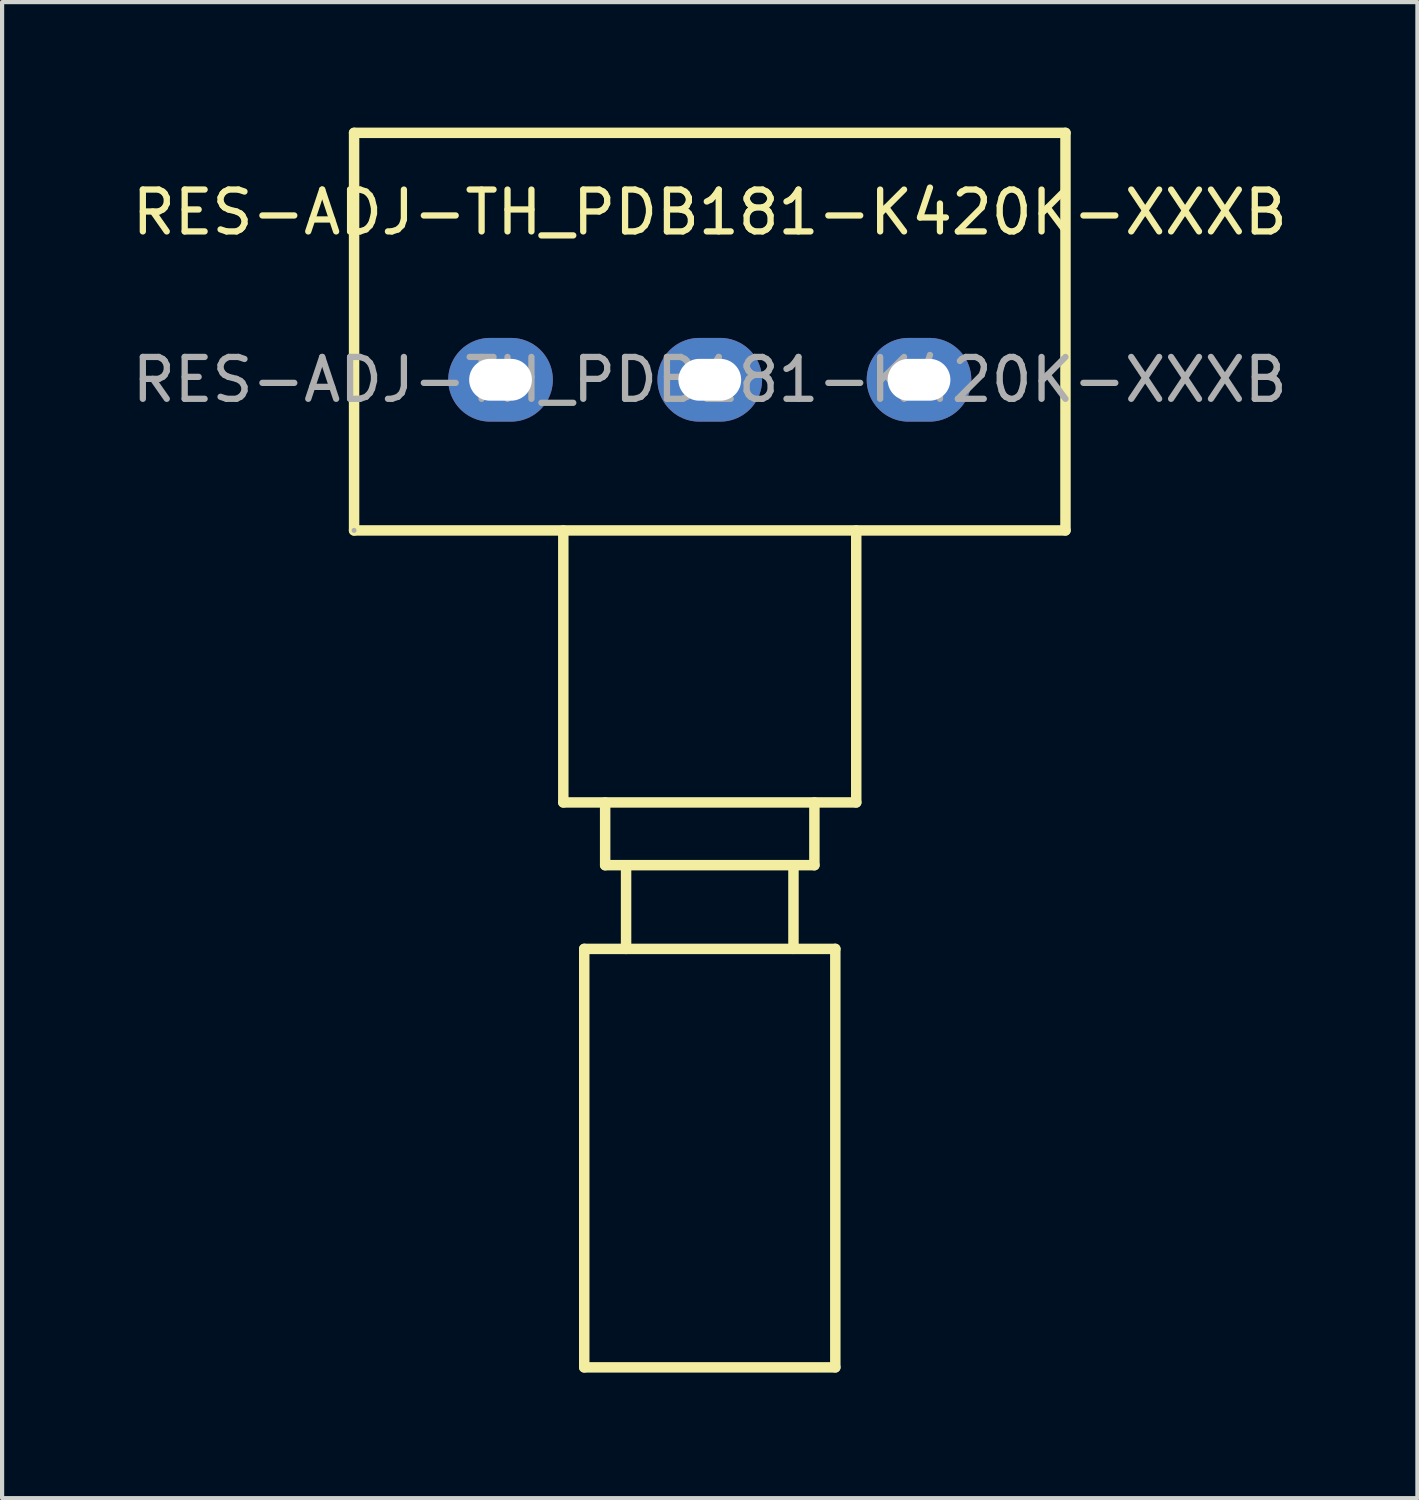
<source format=kicad_pcb>
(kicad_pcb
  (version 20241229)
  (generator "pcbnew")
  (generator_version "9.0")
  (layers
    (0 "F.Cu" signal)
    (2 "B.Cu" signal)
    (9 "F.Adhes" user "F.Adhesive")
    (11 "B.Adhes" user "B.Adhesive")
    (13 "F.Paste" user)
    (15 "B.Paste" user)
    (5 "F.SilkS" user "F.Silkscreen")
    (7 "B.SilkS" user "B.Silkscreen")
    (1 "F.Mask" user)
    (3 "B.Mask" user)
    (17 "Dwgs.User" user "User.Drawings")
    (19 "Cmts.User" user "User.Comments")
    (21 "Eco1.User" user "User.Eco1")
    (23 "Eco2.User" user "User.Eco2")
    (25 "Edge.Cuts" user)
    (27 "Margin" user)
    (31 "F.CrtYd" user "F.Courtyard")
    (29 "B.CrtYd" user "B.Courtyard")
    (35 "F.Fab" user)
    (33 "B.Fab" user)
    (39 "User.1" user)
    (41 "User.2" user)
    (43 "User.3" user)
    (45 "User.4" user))
  (footprint "RES-ADJ-TH_PDB181-K420K-XXXB"
    (layer "F.Cu")
    (at 13.911 6.025)
    (property "Reference" "RES-ADJ-TH_PDB181-K420K-XXXB" (at 0 -4 0) (layer "F.SilkS") (effects (font (size 1 1) (thickness 0.15))))
    (attr through_hole)
    (fp_line (start -8.5 -5.9) (end -8.5 3.6) (stroke (width 0.25) (type solid)) (layer "F.SilkS"))
    (fp_line (start -8.5 -5.9) (end 8.5 -5.9) (stroke (width 0.25) (type solid)) (layer "F.SilkS"))
    (fp_line (start -3.5 3.6) (end -3.5 10.1) (stroke (width 0.25) (type solid)) (layer "F.SilkS"))
    (fp_line (start -3.5 10.1) (end 3.5 10.1) (stroke (width 0.25) (type solid)) (layer "F.SilkS"))
    (fp_line (start -3 13.6) (end -2 13.6) (stroke (width 0.25) (type solid)) (layer "F.SilkS"))
    (fp_line (start -3 23.6) (end -3 13.6) (stroke (width 0.25) (type solid)) (layer "F.SilkS"))
    (fp_line (start -3 23.6) (end 3 23.6) (stroke (width 0.25) (type solid)) (layer "F.SilkS"))
    (fp_line (start -2.5 10.1) (end -2.5 11.6) (stroke (width 0.25) (type solid)) (layer "F.SilkS"))
    (fp_line (start -2.5 11.6) (end 2.5 11.6) (stroke (width 0.25) (type solid)) (layer "F.SilkS"))
    (fp_line (start -2 13.6) (end -2 11.6) (stroke (width 0.25) (type solid)) (layer "F.SilkS"))
    (fp_line (start 2 13.6) (end 2 11.6) (stroke (width 0.25) (type solid)) (layer "F.SilkS"))
    (fp_line (start 2.5 10.1) (end 2.5 11.6) (stroke (width 0.25) (type solid)) (layer "F.SilkS"))
    (fp_line (start 3 13.6) (end -2 13.6) (stroke (width 0.25) (type solid)) (layer "F.SilkS"))
    (fp_line (start 3 23.6) (end 3 13.6) (stroke (width 0.25) (type solid)) (layer "F.SilkS"))
    (fp_line (start 3.5 3.6) (end 3.5 10.1) (stroke (width 0.25) (type solid)) (layer "F.SilkS"))
    (fp_line (start 8.5 -5.9) (end 8.5 3.6) (stroke (width 0.25) (type solid)) (layer "F.SilkS"))
    (fp_line (start 8.5 3.6) (end -8.5 3.6) (stroke (width 0.25) (type solid)) (layer "F.SilkS"))
    (fp_circle (center -8.5 3.6) (end -8.47 3.6) (stroke (width 0.06) (type solid)) (fill no) (layer "F.Fab"))
    (fp_text user "${REFERENCE}" (at 0 0 0) (layer "F.Fab") (effects (font (size 1 1) (thickness 0.15))))
    (pad "1" thru_hole oval (at -5 0) (size 2.5 2) (drill oval 1.5 1) (layers "*.Cu" "*.Mask"))
    (pad "2" thru_hole oval (at 0 0) (size 2.5 2) (drill oval 1.5 1) (layers "*.Cu" "*.Mask"))
    (pad "3" thru_hole oval (at 5 0) (size 2.5 2) (drill oval 1.5 1) (layers "*.Cu" "*.Mask")))
  (gr_rect
    (start -3 -3)
    (end 30.821 32.75)
    (stroke (width 0.1) (type default))
    (fill no)
    (layer "Edge.Cuts")))
</source>
